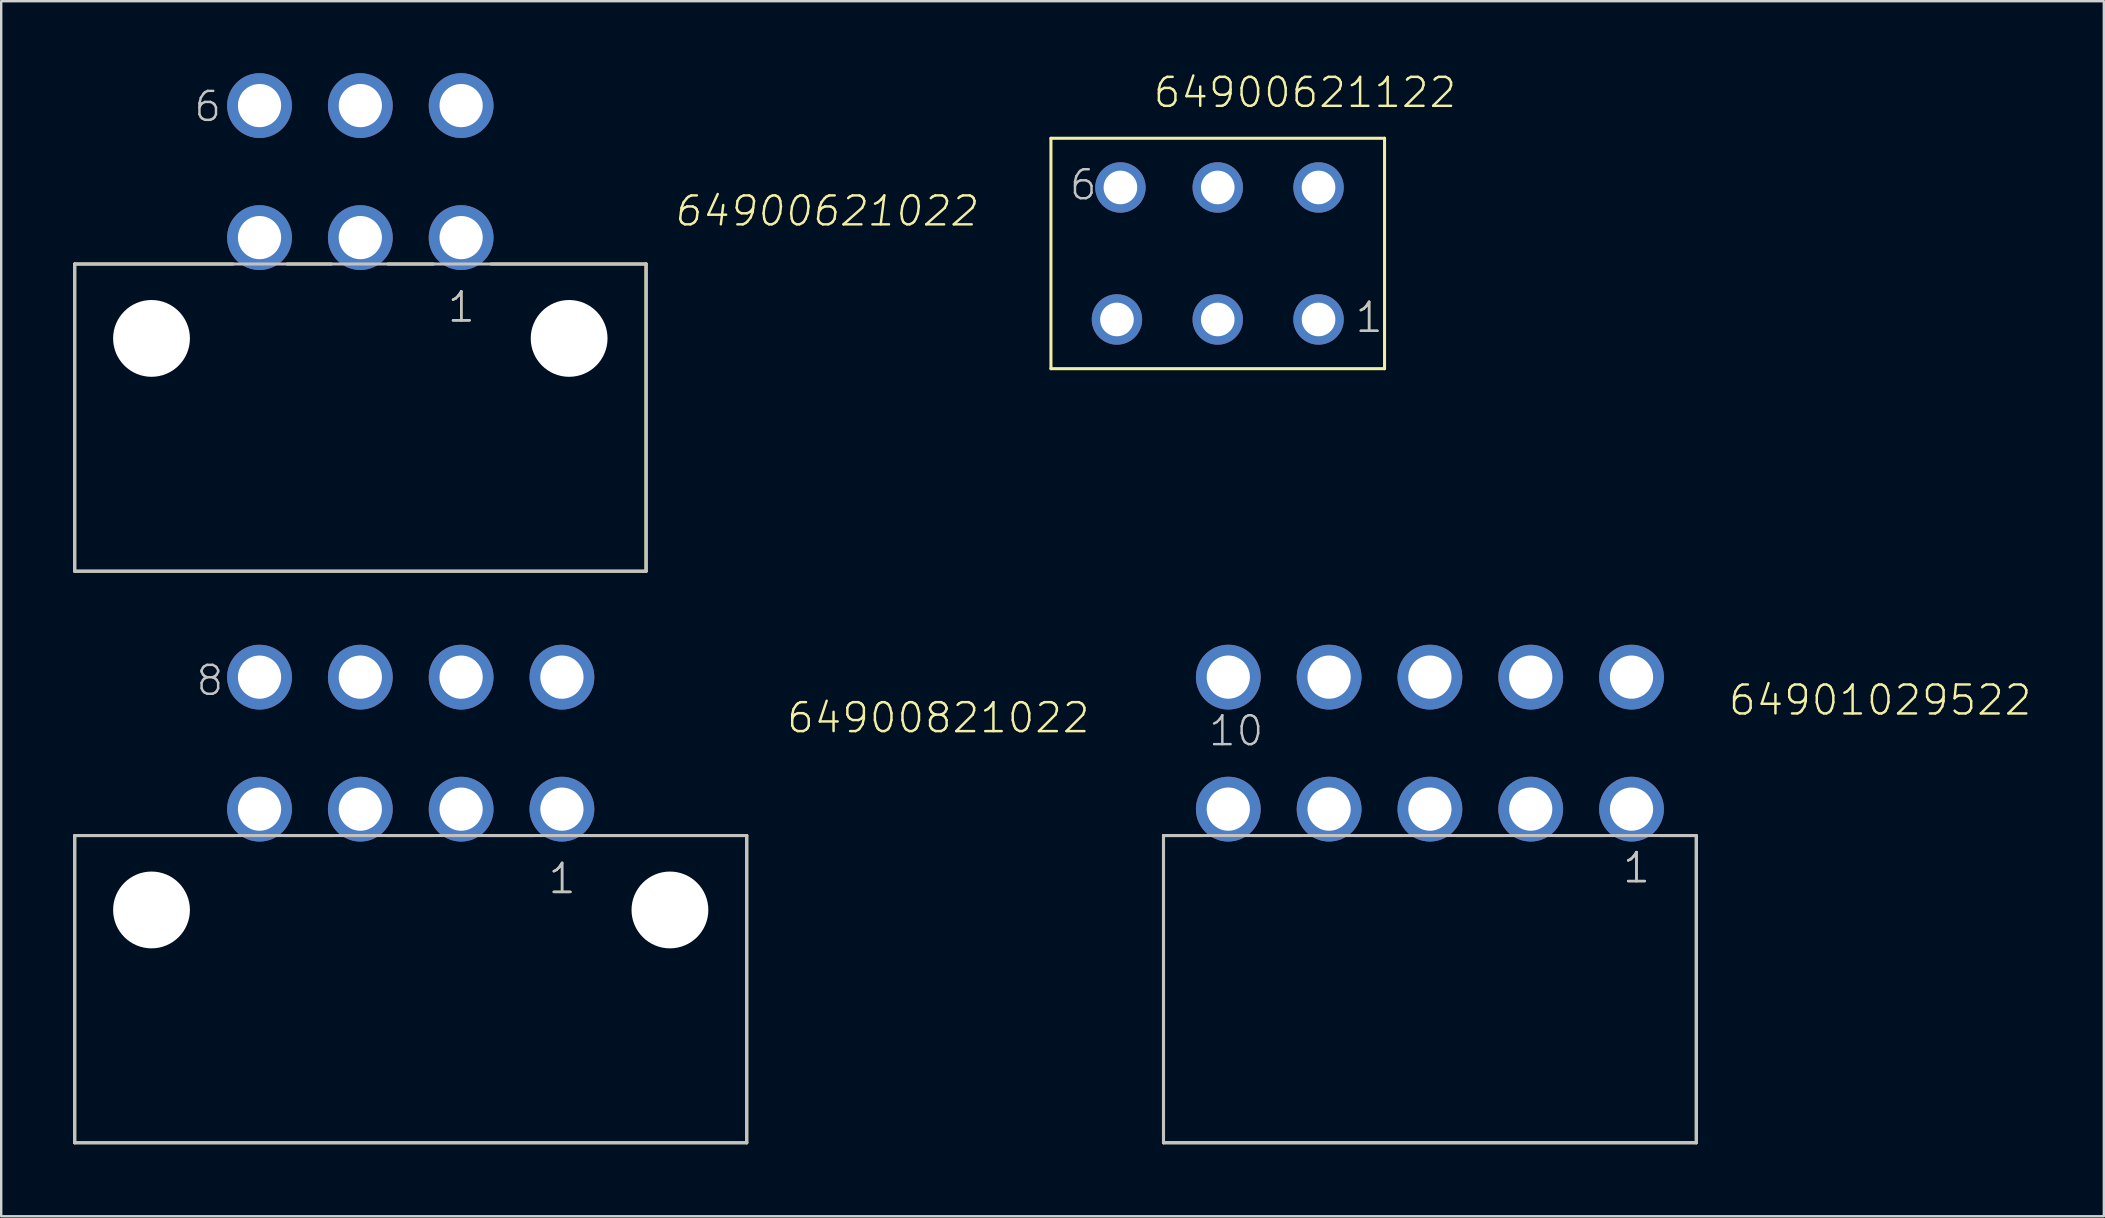
<source format=kicad_pcb>
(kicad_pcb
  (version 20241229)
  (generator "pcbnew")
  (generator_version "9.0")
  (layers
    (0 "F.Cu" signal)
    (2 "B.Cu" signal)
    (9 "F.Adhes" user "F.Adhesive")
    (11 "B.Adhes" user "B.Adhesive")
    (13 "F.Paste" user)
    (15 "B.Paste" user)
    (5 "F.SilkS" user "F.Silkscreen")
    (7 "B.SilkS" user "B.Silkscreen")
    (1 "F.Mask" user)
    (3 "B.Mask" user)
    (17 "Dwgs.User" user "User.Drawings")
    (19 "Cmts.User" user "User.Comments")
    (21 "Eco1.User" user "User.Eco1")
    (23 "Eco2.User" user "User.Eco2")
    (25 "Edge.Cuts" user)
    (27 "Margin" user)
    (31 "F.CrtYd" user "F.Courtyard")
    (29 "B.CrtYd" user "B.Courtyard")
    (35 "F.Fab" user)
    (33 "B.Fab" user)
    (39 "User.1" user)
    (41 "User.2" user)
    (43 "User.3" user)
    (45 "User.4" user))
  (footprint "64900621122"
    (layer "F.Cu")
    (at 47.688 7.511)
    (property "Reference" "64900621122" (at -2.75 -6 0) (layer "F.SilkS") (effects (font (size 1.206 1.206) (thickness 0.102)) (justify left bottom)))
    (attr through_hole)
    (fp_line (start -6.95 -4.8) (end 6.95 -4.8) (stroke (width 0.127) (type solid)) (layer "F.SilkS"))
    (fp_line (start -6.95 4.8) (end -6.95 -4.8) (stroke (width 0.127) (type solid)) (layer "F.SilkS"))
    (fp_line (start 6.95 -4.8) (end 6.95 4.8) (stroke (width 0.127) (type solid)) (layer "F.SilkS"))
    (fp_line (start 6.95 4.8) (end -6.95 4.8) (stroke (width 0.127) (type solid)) (layer "F.SilkS"))
    (fp_text user "1" (at 5.665 3.375 0) (layer "F.SilkS") (effects (font (size 1.206 1.206) (thickness 0.102)) (justify left bottom)))
    (fp_text user "6" (at -6.245 -2.15 0) (layer "Dwgs.User") (effects (font (size 1.206 1.206) (thickness 0.102)) (justify left bottom)))
    (fp_text user "1" (at 5.665 3.375 0) (layer "Dwgs.User") (effects (font (size 1.206 1.206) (thickness 0.102)) (justify left bottom)))
    (pad "1" thru_hole circle (at 4.2 2.75) (size 2.1 2.1) (drill 1.4) (layers "*.Cu" "*.Mask"))
    (pad "2" thru_hole circle (at 0 2.75) (size 2.1 2.1) (drill 1.4) (layers "*.Cu" "*.Mask"))
    (pad "3" thru_hole circle (at -4.2 2.75) (size 2.1 2.1) (drill 1.4) (layers "*.Cu" "*.Mask"))
    (pad "4" thru_hole circle (at 4.2 -2.75) (size 2.1 2.1) (drill 1.4) (layers "*.Cu" "*.Mask"))
    (pad "5" thru_hole circle (at 0 -2.75) (size 2.1 2.1) (drill 1.4) (layers "*.Cu" "*.Mask"))
    (pad "6" thru_hole circle (at -4.055 -2.75) (size 2.1 2.1) (drill 1.4) (layers "*.Cu" "*.Mask")))
  (footprint "64901029522"
    (layer "F.Cu")
    (at 56.528 27.913)
    (property "Reference" "64901029522" (at 12.377 -1.085 0) (layer "F.SilkS") (effects (font (size 1.206 1.206) (thickness 0.102)) (justify left bottom)))
    (attr through_hole)
    (fp_line (start -11.1 3.85) (end -9.45 3.85) (stroke (width 0.127) (type solid)) (layer "F.SilkS"))
    (fp_line (start -11.1 16.65) (end -11.1 3.85) (stroke (width 0.127) (type solid)) (layer "F.SilkS"))
    (fp_line (start -7.4 3.85) (end -5.35 3.85) (stroke (width 0.127) (type solid)) (layer "F.SilkS"))
    (fp_line (start -3.15 3.85) (end -1.1 3.85) (stroke (width 0.127) (type solid)) (layer "F.SilkS"))
    (fp_line (start 1.1 3.85) (end 3.1 3.85) (stroke (width 0.127) (type solid)) (layer "F.SilkS"))
    (fp_line (start 5.25 3.85) (end 7.3 3.85) (stroke (width 0.127) (type solid)) (layer "F.SilkS"))
    (fp_line (start 9.6 3.85) (end 11.05 3.85) (stroke (width 0.127) (type solid)) (layer "F.SilkS"))
    (fp_line (start 11.1 3.85) (end 11.1 16.65) (stroke (width 0.127) (type solid)) (layer "F.SilkS"))
    (fp_line (start 11.1 16.65) (end -11.1 16.65) (stroke (width 0.127) (type solid)) (layer "F.SilkS"))
    (fp_line (start -11.1 3.85) (end 11.1 3.85) (stroke (width 0.127) (type solid)) (layer "Dwgs.User"))
    (fp_line (start -11.1 16.65) (end -11.1 3.85) (stroke (width 0.127) (type solid)) (layer "Dwgs.User"))
    (fp_line (start 11.1 3.85) (end 11.1 16.65) (stroke (width 0.127) (type solid)) (layer "Dwgs.User"))
    (fp_line (start 11.1 16.65) (end -11.1 16.65) (stroke (width 0.127) (type solid)) (layer "Dwgs.User"))
    (fp_text user "1" (at 7.965 5.9 0) (layer "F.SilkS") (effects (font (size 1.206 1.206) (thickness 0.102)) (justify left bottom)))
    (fp_text user "1" (at 7.965 5.9 0) (layer "Dwgs.User") (effects (font (size 1.206 1.206) (thickness 0.102)) (justify left bottom)))
    (fp_text user "10" (at -9.29 0.195 0) (layer "Dwgs.User") (effects (font (size 1.206 1.206) (thickness 0.102)) (justify left bottom)))
    (pad "1" thru_hole circle (at 8.4 2.75) (size 2.7 2.7) (drill 1.8) (layers "*.Cu" "*.Mask"))
    (pad "2" thru_hole circle (at 4.2 2.75) (size 2.7 2.7) (drill 1.8) (layers "*.Cu" "*.Mask"))
    (pad "3" thru_hole circle (at 0 2.75) (size 2.7 2.7) (drill 1.8) (layers "*.Cu" "*.Mask"))
    (pad "4" thru_hole circle (at -4.2 2.75) (size 2.7 2.7) (drill 1.8) (layers "*.Cu" "*.Mask"))
    (pad "5" thru_hole circle (at -8.4 2.75) (size 2.7 2.7) (drill 1.8) (layers "*.Cu" "*.Mask"))
    (pad "6" thru_hole circle (at 8.4 -2.75) (size 2.7 2.7) (drill 1.8) (layers "*.Cu" "*.Mask"))
    (pad "7" thru_hole circle (at 4.2 -2.75) (size 2.7 2.7) (drill 1.8) (layers "*.Cu" "*.Mask"))
    (pad "8" thru_hole circle (at 0 -2.75) (size 2.7 2.7) (drill 1.8) (layers "*.Cu" "*.Mask"))
    (pad "9" thru_hole circle (at -4.2 -2.75) (size 2.7 2.7) (drill 1.8) (layers "*.Cu" "*.Mask"))
    (pad "10" thru_hole circle (at -8.4 -2.75) (size 2.7 2.7) (drill 1.8) (layers "*.Cu" "*.Mask")))
  (footprint "64900621022"
    (layer "F.Cu")
    (at 11.963 11.05)
    (property "Reference" "64900621022" (at 13.008 -4.6 0) (layer "F.SilkS") (effects (font (size 1.206 1.206) (thickness 0.102) (italic yes)) (justify left bottom)))
    (attr through_hole)
    (fp_line (start -11.9 -3.1) (end -5.3 -3.1) (stroke (width 0.127) (type solid)) (layer "F.SilkS"))
    (fp_line (start -11.9 9.7) (end -11.9 -3.1) (stroke (width 0.127) (type solid)) (layer "F.SilkS"))
    (fp_line (start -3.05 -3.1) (end -1.2 -3.1) (stroke (width 0.127) (type solid)) (layer "F.SilkS"))
    (fp_line (start 1.15 -3.1) (end 3.05 -3.1) (stroke (width 0.127) (type solid)) (layer "F.SilkS"))
    (fp_line (start 5.45 -3.1) (end 11.9 -3.1) (stroke (width 0.127) (type solid)) (layer "F.SilkS"))
    (fp_line (start 11.9 -3.1) (end 11.9 9.7) (stroke (width 0.127) (type solid)) (layer "F.SilkS"))
    (fp_line (start 11.9 9.7) (end -11.9 9.7) (stroke (width 0.127) (type solid)) (layer "F.SilkS"))
    (fp_line (start -11.9 -3.1) (end 11.915 -3.1) (stroke (width 0.127) (type solid)) (layer "Dwgs.User"))
    (fp_line (start -11.9 9.7) (end -11.9 -3.1) (stroke (width 0.127) (type solid)) (layer "Dwgs.User"))
    (fp_line (start 11.915 -3.1) (end 11.915 9.7) (stroke (width 0.127) (type solid)) (layer "Dwgs.User"))
    (fp_line (start 11.915 9.7) (end -11.9 9.7) (stroke (width 0.127) (type solid)) (layer "Dwgs.User"))
    (fp_text user "1" (at 3.565 -0.6 0) (layer "F.SilkS") (effects (font (size 1.206 1.206) (thickness 0.102)) (justify left bottom)))
    (fp_text user "1" (at 3.565 -0.6 0) (layer "Dwgs.User") (effects (font (size 1.206 1.206) (thickness 0.102)) (justify left bottom)))
    (fp_text user "6" (at -7 -8.955 0) (layer "Dwgs.User") (effects (font (size 1.206 1.206) (thickness 0.102)) (justify left bottom)))
    (pad "" np_thru_hole circle (at -8.7 0) (size 3.2 3.2) (drill 3.2) (layers "*.Cu"))
    (pad "" np_thru_hole circle (at 8.7 0) (size 3.2 3.2) (drill 3.2) (layers "*.Cu"))
    (pad "1" thru_hole circle (at 4.2 -4.2) (size 2.7 2.7) (drill 1.8) (layers "*.Cu" "*.Mask"))
    (pad "2" thru_hole circle (at 0 -4.2) (size 2.7 2.7) (drill 1.8) (layers "*.Cu" "*.Mask"))
    (pad "3" thru_hole circle (at -4.2 -4.2) (size 2.7 2.7) (drill 1.8) (layers "*.Cu" "*.Mask"))
    (pad "4" thru_hole circle (at 4.2 -9.7) (size 2.7 2.7) (drill 1.8) (layers "*.Cu" "*.Mask"))
    (pad "5" thru_hole circle (at 0 -9.7) (size 2.7 2.7) (drill 1.8) (layers "*.Cu" "*.Mask"))
    (pad "6" thru_hole circle (at -4.2 -9.7) (size 2.7 2.7) (drill 1.8) (layers "*.Cu" "*.Mask")))
  (footprint "64900821022"
    (layer "F.Cu")
    (at 14.063 34.864)
    (property "Reference" "64900821022" (at 15.598 -7.3 0) (layer "F.SilkS") (effects (font (size 1.206 1.206) (thickness 0.102)) (justify left bottom)))
    (attr through_hole)
    (fp_line (start -14 -3.1) (end -7.35 -3.1) (stroke (width 0.127) (type solid)) (layer "F.SilkS"))
    (fp_line (start -14 9.7) (end -14 -3.1) (stroke (width 0.127) (type solid)) (layer "F.SilkS"))
    (fp_line (start -5.25 -3.1) (end -3.25 -3.1) (stroke (width 0.127) (type solid)) (layer "F.SilkS"))
    (fp_line (start -1 -3.1) (end 0.95 -3.1) (stroke (width 0.127) (type solid)) (layer "F.SilkS"))
    (fp_line (start 3.2 -3.1) (end 5.15 -3.1) (stroke (width 0.127) (type solid)) (layer "F.SilkS"))
    (fp_line (start 7.45 -3.1) (end 14 -3.1) (stroke (width 0.127) (type solid)) (layer "F.SilkS"))
    (fp_line (start 14 -3.1) (end 14 9.7) (stroke (width 0.127) (type solid)) (layer "F.SilkS"))
    (fp_line (start 14 9.7) (end -14 9.7) (stroke (width 0.127) (type solid)) (layer "F.SilkS"))
    (fp_line (start -14 -3.1) (end 14 -3.1) (stroke (width 0.127) (type solid)) (layer "Dwgs.User"))
    (fp_line (start -14 9.7) (end -14 -3.1) (stroke (width 0.127) (type solid)) (layer "Dwgs.User"))
    (fp_line (start 14 -3.1) (end 14 9.7) (stroke (width 0.127) (type solid)) (layer "Dwgs.User"))
    (fp_line (start 14 9.7) (end -14 9.7) (stroke (width 0.127) (type solid)) (layer "Dwgs.User"))
    (fp_text user "1" (at 5.665 -0.6 0) (layer "F.SilkS") (effects (font (size 1.206 1.206) (thickness 0.102)) (justify left bottom)))
    (fp_text user "1" (at 5.665 -0.6 0) (layer "Dwgs.User") (effects (font (size 1.206 1.206) (thickness 0.102)) (justify left bottom)))
    (fp_text user "8" (at -9.01 -8.855 0) (layer "Dwgs.User") (effects (font (size 1.206 1.206) (thickness 0.102)) (justify left bottom)))
    (pad "" np_thru_hole circle (at -10.8 0) (size 3.2 3.2) (drill 3.2) (layers "*.Cu"))
    (pad "" np_thru_hole circle (at 10.8 0) (size 3.2 3.2) (drill 3.2) (layers "*.Cu"))
    (pad "1" thru_hole circle (at 6.3 -4.2) (size 2.7 2.7) (drill 1.8) (layers "*.Cu" "*.Mask"))
    (pad "2" thru_hole circle (at 2.1 -4.2) (size 2.7 2.7) (drill 1.8) (layers "*.Cu" "*.Mask"))
    (pad "3" thru_hole circle (at -2.1 -4.2) (size 2.7 2.7) (drill 1.8) (layers "*.Cu" "*.Mask"))
    (pad "4" thru_hole circle (at -6.3 -4.2) (size 2.7 2.7) (drill 1.8) (layers "*.Cu" "*.Mask"))
    (pad "5" thru_hole circle (at 6.3 -9.7) (size 2.7 2.7) (drill 1.8) (layers "*.Cu" "*.Mask"))
    (pad "6" thru_hole circle (at 2.1 -9.7) (size 2.7 2.7) (drill 1.8) (layers "*.Cu" "*.Mask"))
    (pad "7" thru_hole circle (at -2.1 -9.7) (size 2.7 2.7) (drill 1.8) (layers "*.Cu" "*.Mask"))
    (pad "8" thru_hole circle (at -6.3 -9.7) (size 2.7 2.7) (drill 1.8) (layers "*.Cu" "*.Mask")))
  (gr_rect
    (start -3 -3)
    (end 84.608 47.627)
    (stroke (width 0.1) (type default))
    (fill no)
    (layer "Edge.Cuts")))
</source>
